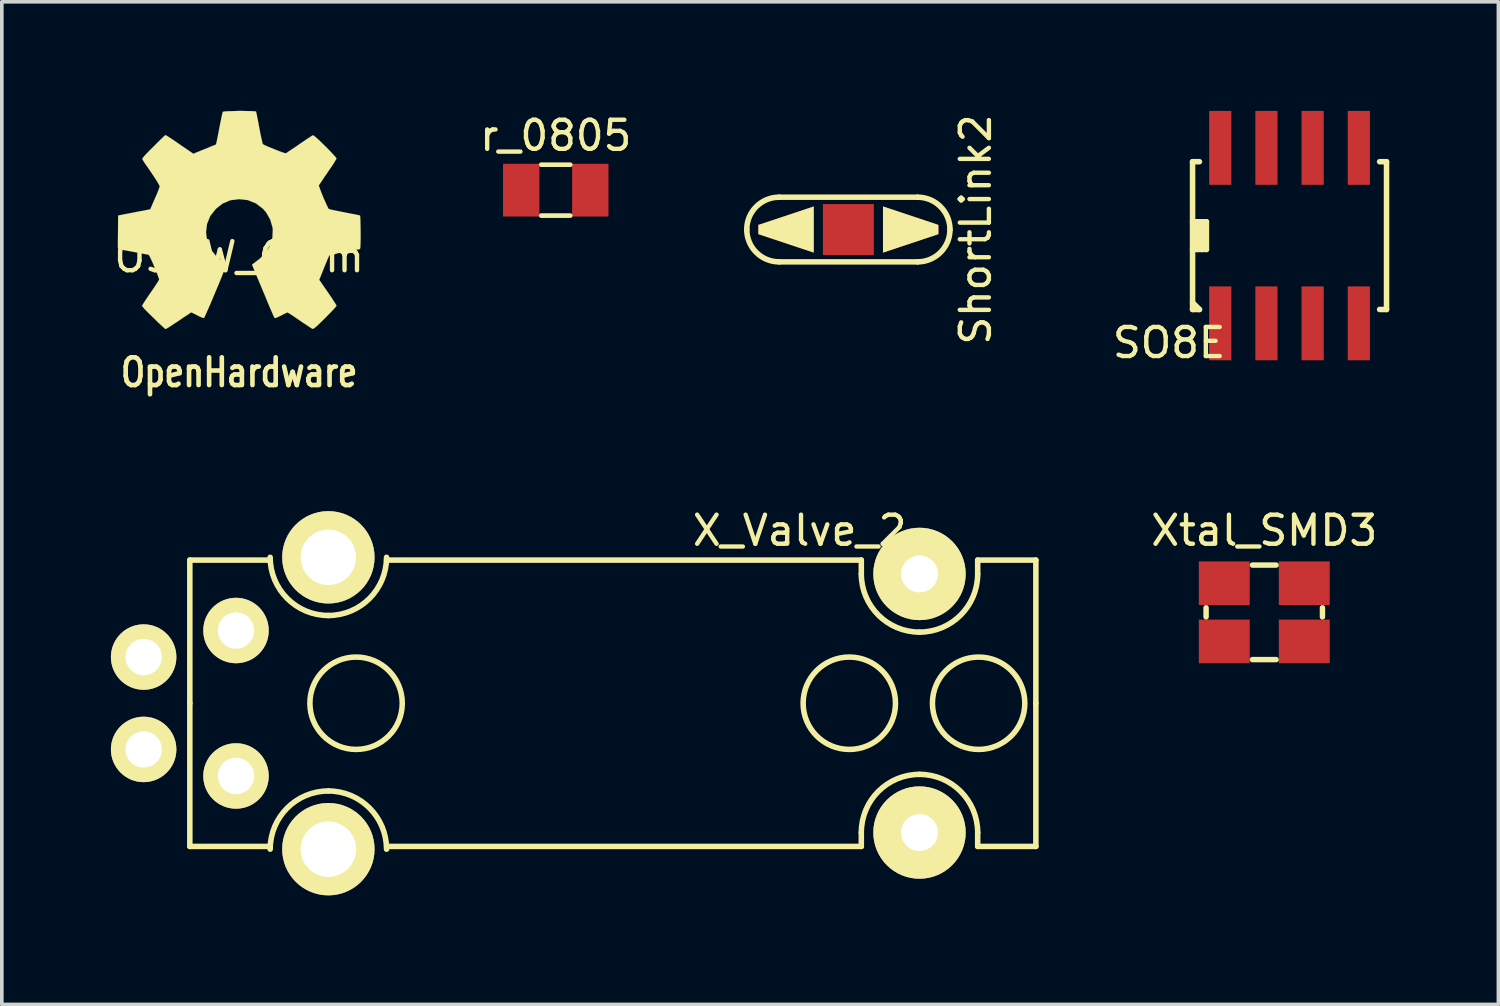
<source format=kicad_pcb>
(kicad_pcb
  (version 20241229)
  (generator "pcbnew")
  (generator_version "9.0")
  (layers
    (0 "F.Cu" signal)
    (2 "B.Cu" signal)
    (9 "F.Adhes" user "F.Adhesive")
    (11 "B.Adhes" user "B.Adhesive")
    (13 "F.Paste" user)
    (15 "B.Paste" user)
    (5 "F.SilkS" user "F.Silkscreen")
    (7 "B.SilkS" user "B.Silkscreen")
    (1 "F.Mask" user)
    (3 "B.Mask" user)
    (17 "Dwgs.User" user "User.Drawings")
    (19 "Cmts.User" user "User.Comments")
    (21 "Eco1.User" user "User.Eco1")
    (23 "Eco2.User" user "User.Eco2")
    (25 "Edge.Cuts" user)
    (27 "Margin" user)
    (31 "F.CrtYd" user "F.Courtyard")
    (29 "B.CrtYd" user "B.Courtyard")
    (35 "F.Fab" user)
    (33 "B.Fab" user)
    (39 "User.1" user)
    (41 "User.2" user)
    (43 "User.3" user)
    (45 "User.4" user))
  (footprint "OSHW_6mm"
    (layer "F.Cu")
    (at 3.529 3.001)
    (property "Reference" "OSHW_6mm" (at 0 1.016 0) (layer "F.SilkS") (effects (font (size 0.8 0.8) (thickness 0.12))))
    (attr smd)
    (fp_poly (pts (xy -2.024 3) (xy -1.989 2.979) (xy -1.91 2.931) (xy -1.798 2.857) (xy -1.666 2.771) (xy -1.534 2.68) (xy -1.425 2.609) (xy -1.349 2.558) (xy -1.318 2.54) (xy -1.3 2.548) (xy -1.237 2.578) (xy -1.148 2.624) (xy -1.095 2.652) (xy -1.011 2.687) (xy -0.968 2.695) (xy -0.963 2.685) (xy -0.932 2.621) (xy -0.884 2.512) (xy -0.82 2.367) (xy -0.747 2.197) (xy -0.671 2.014) (xy -0.592 1.829) (xy -0.518 1.651) (xy -0.455 1.491) (xy -0.401 1.359) (xy -0.366 1.27) (xy -0.353 1.232) (xy -0.358 1.222) (xy -0.399 1.181) (xy -0.472 1.128) (xy -0.63 0.998) (xy -0.787 0.805) (xy -0.881 0.584) (xy -0.914 0.338) (xy -0.886 0.109) (xy -0.798 -0.109) (xy -0.645 -0.305) (xy -0.46 -0.452) (xy -0.244 -0.544) (xy 0 -0.574) (xy 0.231 -0.549) (xy 0.455 -0.46) (xy 0.653 -0.31) (xy 0.737 -0.213) (xy 0.851 -0.015) (xy 0.914 0.198) (xy 0.922 0.254) (xy 0.912 0.488) (xy 0.843 0.711) (xy 0.719 0.912) (xy 0.549 1.077) (xy 0.526 1.092) (xy 0.447 1.153) (xy 0.394 1.194) (xy 0.351 1.227) (xy 0.65 1.946) (xy 0.699 2.06) (xy 0.78 2.258) (xy 0.851 2.426) (xy 0.909 2.56) (xy 0.95 2.652) (xy 0.968 2.687) (xy 0.968 2.69) (xy 0.996 2.695) (xy 1.049 2.675) (xy 1.151 2.626) (xy 1.217 2.591) (xy 1.293 2.555) (xy 1.328 2.54) (xy 1.356 2.558) (xy 1.43 2.603) (xy 1.537 2.675) (xy 1.666 2.764) (xy 1.788 2.847) (xy 1.9 2.921) (xy 1.981 2.974) (xy 2.022 2.995) (xy 2.027 2.995) (xy 2.062 2.974) (xy 2.129 2.921) (xy 2.225 2.83) (xy 2.365 2.692) (xy 2.385 2.67) (xy 2.499 2.555) (xy 2.591 2.459) (xy 2.654 2.388) (xy 2.677 2.357) (xy 2.657 2.319) (xy 2.603 2.235) (xy 2.53 2.121) (xy 2.438 1.989) (xy 2.2 1.643) (xy 2.332 1.316) (xy 2.372 1.217) (xy 2.423 1.095) (xy 2.461 1.008) (xy 2.479 0.97) (xy 2.515 0.958) (xy 2.603 0.937) (xy 2.733 0.909) (xy 2.888 0.881) (xy 3.035 0.853) (xy 3.167 0.828) (xy 3.264 0.81) (xy 3.307 0.803) (xy 3.317 0.795) (xy 3.327 0.775) (xy 3.332 0.729) (xy 3.335 0.648) (xy 3.338 0.521) (xy 3.338 0.338) (xy 3.338 0.318) (xy 3.335 0.142) (xy 3.332 0.003) (xy 3.327 -0.089) (xy 3.322 -0.124) (xy 3.279 -0.135) (xy 3.185 -0.155) (xy 3.053 -0.18) (xy 2.896 -0.211) (xy 2.885 -0.213) (xy 2.728 -0.244) (xy 2.593 -0.272) (xy 2.502 -0.292) (xy 2.464 -0.305) (xy 2.454 -0.315) (xy 2.423 -0.378) (xy 2.377 -0.475) (xy 2.324 -0.594) (xy 2.273 -0.719) (xy 2.23 -0.831) (xy 2.2 -0.914) (xy 2.189 -0.953) (xy 2.215 -0.991) (xy 2.268 -1.072) (xy 2.344 -1.186) (xy 2.438 -1.321) (xy 2.443 -1.331) (xy 2.535 -1.463) (xy 2.609 -1.577) (xy 2.657 -1.659) (xy 2.677 -1.694) (xy 2.675 -1.697) (xy 2.647 -1.735) (xy 2.578 -1.811) (xy 2.482 -1.913) (xy 2.365 -2.032) (xy 2.327 -2.068) (xy 2.197 -2.195) (xy 2.106 -2.278) (xy 2.05 -2.322) (xy 2.024 -2.332) (xy 2.022 -2.332) (xy 1.981 -2.306) (xy 1.897 -2.25) (xy 1.783 -2.174) (xy 1.648 -2.083) (xy 1.638 -2.075) (xy 1.506 -1.984) (xy 1.394 -1.91) (xy 1.316 -1.857) (xy 1.28 -1.836) (xy 1.275 -1.836) (xy 1.219 -1.852) (xy 1.125 -1.885) (xy 1.008 -1.93) (xy 0.884 -1.981) (xy 0.772 -2.027) (xy 0.688 -2.065) (xy 0.65 -2.088) (xy 0.648 -2.09) (xy 0.635 -2.139) (xy 0.612 -2.238) (xy 0.582 -2.375) (xy 0.551 -2.54) (xy 0.546 -2.565) (xy 0.516 -2.725) (xy 0.49 -2.855) (xy 0.472 -2.946) (xy 0.462 -2.985) (xy 0.439 -2.99) (xy 0.363 -2.995) (xy 0.244 -2.997) (xy 0.102 -3) (xy -0.051 -3) (xy -0.198 -2.995) (xy -0.323 -2.992) (xy -0.414 -2.985) (xy -0.452 -2.977) (xy -0.452 -2.974) (xy -0.467 -2.926) (xy -0.488 -2.827) (xy -0.516 -2.687) (xy -0.549 -2.525) (xy -0.554 -2.494) (xy -0.584 -2.337) (xy -0.61 -2.207) (xy -0.63 -2.116) (xy -0.64 -2.08) (xy -0.653 -2.073) (xy -0.719 -2.045) (xy -0.826 -2.002) (xy -0.958 -1.948) (xy -1.262 -1.824) (xy -1.638 -2.08) (xy -1.671 -2.103) (xy -1.806 -2.197) (xy -1.918 -2.271) (xy -1.994 -2.319) (xy -2.027 -2.337) (xy -2.029 -2.337) (xy -2.068 -2.304) (xy -2.141 -2.235) (xy -2.243 -2.136) (xy -2.36 -2.017) (xy -2.449 -1.93) (xy -2.55 -1.826) (xy -2.616 -1.755) (xy -2.652 -1.709) (xy -2.664 -1.681) (xy -2.662 -1.664) (xy -2.637 -1.626) (xy -2.583 -1.542) (xy -2.504 -1.43) (xy -2.413 -1.295) (xy -2.339 -1.186) (xy -2.258 -1.059) (xy -2.205 -0.97) (xy -2.187 -0.927) (xy -2.192 -0.907) (xy -2.217 -0.836) (xy -2.261 -0.724) (xy -2.319 -0.592) (xy -2.449 -0.295) (xy -2.642 -0.257) (xy -2.761 -0.236) (xy -2.926 -0.203) (xy -3.084 -0.173) (xy -3.33 -0.124) (xy -3.338 0.78) (xy -3.299 0.795) (xy -3.264 0.805) (xy -3.172 0.826) (xy -3.043 0.851) (xy -2.888 0.879) (xy -2.758 0.904) (xy -2.626 0.93) (xy -2.53 0.947) (xy -2.489 0.958) (xy -2.479 0.97) (xy -2.446 1.034) (xy -2.398 1.135) (xy -2.347 1.257) (xy -2.294 1.384) (xy -2.248 1.501) (xy -2.215 1.59) (xy -2.202 1.638) (xy -2.22 1.671) (xy -2.271 1.75) (xy -2.342 1.859) (xy -2.433 1.991) (xy -2.522 2.121) (xy -2.598 2.235) (xy -2.649 2.314) (xy -2.672 2.352) (xy -2.662 2.377) (xy -2.609 2.441) (xy -2.51 2.543) (xy -2.362 2.687) (xy -2.339 2.71) (xy -2.223 2.824) (xy -2.123 2.916) (xy -2.055 2.977) (xy -2.024 3)) (stroke (width 0.003) (type solid)) (fill yes) (layer "F.SilkS"))
    (fp_text user "OpenHardware" (at 0 4.191 0) (layer "F.SilkS") (effects (font (size 0.762 0.61) (thickness 0.127)))))
  (footprint "SO8E"
    (layer "F.Cu")
    (at 32.412 3.429)
    (property "Reference" "SO8E" (at -3.311 2.948 0) (layer "F.SilkS") (effects (font (size 0.8 0.8) (thickness 0.12))))
    (attr smd)
    (fp_line (start -2.667 -2.032) (end -2.667 2.032) (stroke (width 0.152) (type solid)) (layer "F.SilkS"))
    (fp_line (start -2.667 -0.381) (end -2.286 -0.381) (stroke (width 0.152) (type solid)) (layer "F.SilkS"))
    (fp_line (start -2.667 2.032) (end -2.477 2.032) (stroke (width 0.152) (type solid)) (layer "F.SilkS"))
    (fp_line (start -2.54 -0.381) (end -2.54 0.381) (stroke (width 0.152) (type solid)) (layer "F.SilkS"))
    (fp_line (start -2.477 -2.032) (end -2.667 -2.032) (stroke (width 0.152) (type solid)) (layer "F.SilkS"))
    (fp_line (start -2.477 2.032) (end -2.667 1.841) (stroke (width 0.152) (type solid)) (layer "F.SilkS"))
    (fp_line (start -2.413 -0.381) (end -2.413 0.381) (stroke (width 0.152) (type solid)) (layer "F.SilkS"))
    (fp_line (start -2.286 -0.381) (end -2.286 0.381) (stroke (width 0.152) (type solid)) (layer "F.SilkS"))
    (fp_line (start -2.286 0.381) (end -2.667 0.381) (stroke (width 0.152) (type solid)) (layer "F.SilkS"))
    (fp_line (start 2.477 2.032) (end 2.667 2.032) (stroke (width 0.152) (type solid)) (layer "F.SilkS"))
    (fp_line (start 2.667 -2.032) (end 2.477 -2.032) (stroke (width 0.152) (type solid)) (layer "F.SilkS"))
    (fp_line (start 2.667 2.032) (end 2.667 -2.032) (stroke (width 0.152) (type solid)) (layer "F.SilkS"))
    (pad "1" smd rect (at -1.905 2.413) (size 0.61 2.032) (layers "F.Cu" "F.Mask" "F.Paste"))
    (pad "2" smd rect (at -0.635 2.413) (size 0.61 2.032) (layers "F.Cu" "F.Mask" "F.Paste"))
    (pad "3" smd rect (at 0.635 2.413) (size 0.61 2.032) (layers "F.Cu" "F.Mask" "F.Paste"))
    (pad "4" smd rect (at 1.905 2.413) (size 0.61 2.032) (layers "F.Cu" "F.Mask" "F.Paste"))
    (pad "5" smd rect (at 1.905 -2.413) (size 0.61 2.032) (layers "F.Cu" "F.Mask" "F.Paste"))
    (pad "6" smd rect (at 0.635 -2.413) (size 0.61 2.032) (layers "F.Cu" "F.Mask" "F.Paste"))
    (pad "7" smd rect (at -0.635 -2.413) (size 0.61 2.032) (layers "F.Cu" "F.Mask" "F.Paste"))
    (pad "8" smd rect (at -1.905 -2.413) (size 0.61 2.032) (layers "F.Cu" "F.Mask" "F.Paste")))
  (footprint "r_0805"
    (layer "F.Cu")
    (at 12.233 2.179)
    (property "Reference" "r_0805" (at 0 -1.5 180) (layer "F.SilkS") (effects (font (size 0.8 0.8) (thickness 0.12))))
    (attr smd)
    (fp_line (start -0.4 -0.7) (end 0.4 -0.7) (stroke (width 0.127) (type solid)) (layer "F.SilkS"))
    (fp_line (start 0.4 0.7) (end -0.4 0.7) (stroke (width 0.127) (type solid)) (layer "F.SilkS"))
    (pad "1" smd rect (at 0.95 0) (size 1 1.45) (layers "F.Cu" "F.Mask" "F.Paste"))
    (pad "2" smd rect (at -0.95 0) (size 1 1.45) (layers "F.Cu" "F.Mask" "F.Paste")))
  (footprint "ShortLink2"
    (layer "F.Cu")
    (at 20.28 3.262)
    (property "Reference" "ShortLink2" (at 3.5 0 90) (layer "F.SilkS") (effects (font (size 0.8 0.8) (thickness 0.12))))
    (attr smd)
    (fp_line (start -1.905 -0.889) (end 1.905 -0.889) (stroke (width 0.15) (type solid)) (layer "F.SilkS"))
    (fp_line (start -1.905 0.889) (end 1.905 0.889) (stroke (width 0.15) (type solid)) (layer "F.SilkS"))
    (fp_arc (start -2.794 0) (mid -2.533618 -0.628618) (end -1.905 -0.889) (stroke (width 0.1524) (type solid)) (layer "F.SilkS"))
    (fp_arc (start -1.905 0.889) (mid -2.533618 0.628618) (end -2.794 0) (stroke (width 0.1524) (type solid)) (layer "F.SilkS"))
    (fp_arc (start 1.905 -0.889) (mid 2.533618 -0.628618) (end 2.794 0) (stroke (width 0.1524) (type solid)) (layer "F.SilkS"))
    (fp_arc (start 2.794 0) (mid 2.533618 0.628618) (end 1.905 0.889) (stroke (width 0.1524) (type solid)) (layer "F.SilkS"))
    (pad "1" smd trapezoid (at -1.714 0) (size 1.524 0.762) (rect_delta -0.508 0) (layers "F.Cu" "F.Mask" "F.SilkS" "F.Paste"))
    (pad "2" smd rect (at 0 0) (size 1.4 1.4) (layers "F.Cu" "F.Mask" "F.Paste"))
    (pad "3" smd trapezoid (at 1.714 0) (size 1.524 0.762) (rect_delta 0.508 0) (layers "F.Cu" "F.Mask" "F.SilkS" "F.Paste")))
  (footprint "X_Valve_2"
    (layer "F.Cu")
    (at 3.44 16.289)
    (property "Reference" "X_Valve_2" (at 15.5 -4.75 0) (layer "F.SilkS") (effects (font (size 0.8 0.8) (thickness 0.12))))
    (attr smd)
    (fp_line (start -1.27 -3.937) (end 0.94 -3.937) (stroke (width 0.152) (type solid)) (layer "F.SilkS"))
    (fp_line (start -1.27 0) (end -1.27 -3.937) (stroke (width 0.152) (type solid)) (layer "F.SilkS"))
    (fp_line (start -1.27 0) (end -1.27 3.937) (stroke (width 0.152) (type solid)) (layer "F.SilkS"))
    (fp_line (start -1.27 3.937) (end 0.94 3.937) (stroke (width 0.152) (type solid)) (layer "F.SilkS"))
    (fp_line (start 4.14 3.937) (end 17.196 3.937) (stroke (width 0.152) (type solid)) (layer "F.SilkS"))
    (fp_line (start 17.196 -3.937) (end 4.14 -3.937) (stroke (width 0.152) (type solid)) (layer "F.SilkS"))
    (fp_line (start 17.196 -3.556) (end 17.196 -3.937) (stroke (width 0.152) (type solid)) (layer "F.SilkS"))
    (fp_line (start 17.196 3.556) (end 17.196 3.937) (stroke (width 0.152) (type solid)) (layer "F.SilkS"))
    (fp_line (start 20.396 -3.937) (end 21.996 -3.937) (stroke (width 0.152) (type solid)) (layer "F.SilkS"))
    (fp_line (start 20.396 -3.556) (end 20.396 -3.937) (stroke (width 0.152) (type solid)) (layer "F.SilkS"))
    (fp_line (start 20.396 3.556) (end 20.396 3.937) (stroke (width 0.152) (type solid)) (layer "F.SilkS"))
    (fp_line (start 20.396 3.937) (end 21.996 3.937) (stroke (width 0.152) (type solid)) (layer "F.SilkS"))
    (fp_line (start 21.996 0) (end 21.996 -3.937) (stroke (width 0.152) (type solid)) (layer "F.SilkS"))
    (fp_line (start 21.996 0) (end 21.996 3.937) (stroke (width 0.152) (type solid)) (layer "F.SilkS"))
    (fp_arc (start 0.9398 4.0132) (mid 1.408488 2.881688) (end 2.54 2.413) (stroke (width 0.1524) (type solid)) (layer "F.SilkS"))
    (fp_arc (start 2.54 -2.413) (mid 1.408488 -2.881688) (end 0.9398 -4.0132) (stroke (width 0.1524) (type solid)) (layer "F.SilkS"))
    (fp_arc (start 2.54 2.413) (mid 3.671512 2.881688) (end 4.1402 4.0132) (stroke (width 0.1524) (type solid)) (layer "F.SilkS"))
    (fp_arc (start 4.1402 -4.0132) (mid 3.671512 -2.881688) (end 2.54 -2.413) (stroke (width 0.1524) (type solid)) (layer "F.SilkS"))
    (fp_arc (start 17.1958 3.556) (mid 17.664488 2.424488) (end 18.796 1.9558) (stroke (width 0.1524) (type solid)) (layer "F.SilkS"))
    (fp_arc (start 18.796 -1.9558) (mid 17.664488 -2.424488) (end 17.1958 -3.556) (stroke (width 0.1524) (type solid)) (layer "F.SilkS"))
    (fp_arc (start 18.796 1.9558) (mid 19.927512 2.424488) (end 20.3962 3.556) (stroke (width 0.1524) (type solid)) (layer "F.SilkS"))
    (fp_arc (start 20.3962 -3.556) (mid 19.927512 -2.424488) (end 18.796 -1.9558) (stroke (width 0.1524) (type solid)) (layer "F.SilkS"))
    (fp_circle (center 3.302 0) (end 2.032 0) (stroke (width 0.152) (type solid)) (fill no) (layer "F.SilkS"))
    (fp_circle (center 16.866 0) (end 15.596 0) (stroke (width 0.152) (type solid)) (fill no) (layer "F.SilkS"))
    (fp_circle (center 20.422 0) (end 19.152 0) (stroke (width 0.152) (type solid)) (fill no) (layer "F.SilkS"))
    (pad "" thru_hole circle (at 2.54 -4.013) (size 2.54 2.54) (drill 1.524) (layers "*.Cu" "*.Mask" "F.SilkS"))
    (pad "" thru_hole circle (at 2.54 4.013) (size 2.54 2.54) (drill 1.524) (layers "*.Cu" "*.Mask" "F.SilkS"))
    (pad "" thru_hole circle (at 18.796 -3.556) (size 2.54 2.54) (drill 1.016) (layers "*.Cu" "*.Mask" "F.SilkS"))
    (pad "" thru_hole circle (at 18.796 3.556) (size 2.54 2.54) (drill 1.016) (layers "*.Cu" "*.Mask" "F.SilkS"))
    (pad "1" thru_hole circle (at -2.54 -1.27) (size 1.8 1.8) (drill 1) (layers "*.Cu" "*.Mask" "F.SilkS"))
    (pad "1" thru_hole circle (at 0 -2) (size 1.8 1.8) (drill 1) (layers "*.Cu" "*.Mask" "F.SilkS"))
    (pad "2" thru_hole circle (at -2.54 1.27) (size 1.8 1.8) (drill 1) (layers "*.Cu" "*.Mask" "F.SilkS"))
    (pad "2" thru_hole circle (at 0 2) (size 1.8 1.8) (drill 1) (layers "*.Cu" "*.Mask" "F.SilkS")))
  (footprint "Xtal_SMD3"
    (layer "F.Cu")
    (at 31.717 13.789)
    (property "Reference" "Xtal_SMD3" (at 0 -2.25 0) (layer "F.SilkS") (effects (font (size 0.8 0.8) (thickness 0.12))))
    (attr smd)
    (fp_line (start -1.6 -0.125) (end -1.6 0.125) (stroke (width 0.15) (type solid)) (layer "F.SilkS"))
    (fp_line (start -0.325 -1.3) (end 0.325 -1.3) (stroke (width 0.15) (type solid)) (layer "F.SilkS"))
    (fp_line (start 0.325 1.3) (end -0.325 1.3) (stroke (width 0.15) (type solid)) (layer "F.SilkS"))
    (fp_line (start 1.6 -0.125) (end 1.6 0.125) (stroke (width 0.15) (type solid)) (layer "F.SilkS"))
    (pad "1" smd rect (at -1.1 0.8) (size 1.4 1.2) (layers "F.Cu" "F.Mask" "F.Paste"))
    (pad "2" smd rect (at 1.1 -0.8) (size 1.4 1.2) (layers "F.Cu" "F.Mask" "F.Paste"))
    (pad "3" smd rect (at -1.1 -0.8) (size 1.4 1.2) (layers "F.Cu" "F.Mask" "F.Paste"))
    (pad "3" smd rect (at 1.1 0.8) (size 1.4 1.2) (layers "F.Cu" "F.Mask" "F.Paste")))
  (gr_rect
    (start -3 -3)
    (end 38.155 24.572)
    (stroke (width 0.1) (type default))
    (fill no)
    (layer "Edge.Cuts")))
</source>
